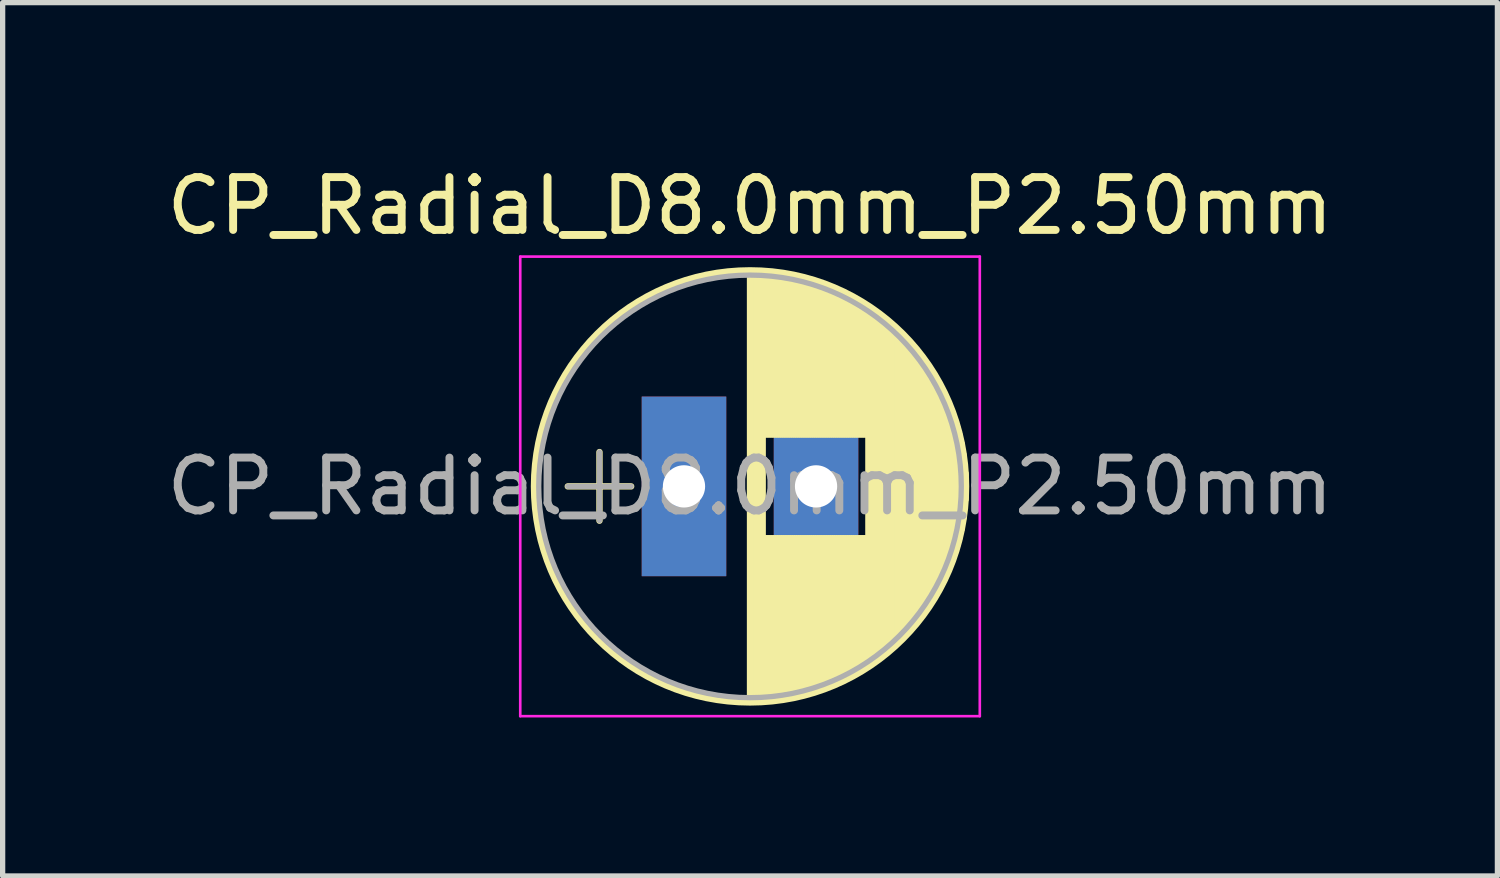
<source format=kicad_pcb>
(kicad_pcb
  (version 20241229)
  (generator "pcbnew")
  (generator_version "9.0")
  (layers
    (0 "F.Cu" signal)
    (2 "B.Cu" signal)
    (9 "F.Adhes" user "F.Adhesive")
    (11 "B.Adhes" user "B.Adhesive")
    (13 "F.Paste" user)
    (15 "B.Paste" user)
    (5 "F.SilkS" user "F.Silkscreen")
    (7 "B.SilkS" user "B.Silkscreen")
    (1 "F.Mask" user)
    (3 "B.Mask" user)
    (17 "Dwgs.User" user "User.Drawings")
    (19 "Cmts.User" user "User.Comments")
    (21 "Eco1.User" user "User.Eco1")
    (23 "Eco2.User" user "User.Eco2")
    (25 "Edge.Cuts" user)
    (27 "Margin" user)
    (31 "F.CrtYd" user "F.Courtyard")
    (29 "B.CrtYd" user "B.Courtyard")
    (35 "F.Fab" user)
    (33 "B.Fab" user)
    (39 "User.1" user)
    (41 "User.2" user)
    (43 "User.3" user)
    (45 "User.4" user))
  (footprint "CP_Radial_D8.0mm_P2.50mm"
    (layer "F.Cu")
    (at 9.899 6.158)
    (property "Reference" "CP_Radial_D8.0mm_P2.50mm" (at 1.25 -5.31 0) (layer "F.SilkS") (effects (font (size 1 1) (thickness 0.15))))
    (attr through_hole)
    (fp_line (start -2.2 0) (end -1 0) (stroke (width 0.12) (type solid)) (layer "F.SilkS"))
    (fp_line (start -1.6 -0.65) (end -1.6 0.65) (stroke (width 0.12) (type solid)) (layer "F.SilkS"))
    (fp_line (start 1.25 -4.05) (end 1.25 4.05) (stroke (width 0.12) (type solid)) (layer "F.SilkS"))
    (fp_line (start 1.29 -4.05) (end 1.29 4.05) (stroke (width 0.12) (type solid)) (layer "F.SilkS"))
    (fp_line (start 1.33 -4.05) (end 1.33 4.05) (stroke (width 0.12) (type solid)) (layer "F.SilkS"))
    (fp_line (start 1.37 -4.049) (end 1.37 4.049) (stroke (width 0.12) (type solid)) (layer "F.SilkS"))
    (fp_line (start 1.41 -4.047) (end 1.41 4.047) (stroke (width 0.12) (type solid)) (layer "F.SilkS"))
    (fp_line (start 1.45 -4.046) (end 1.45 4.046) (stroke (width 0.12) (type solid)) (layer "F.SilkS"))
    (fp_line (start 1.49 -4.043) (end 1.49 4.043) (stroke (width 0.12) (type solid)) (layer "F.SilkS"))
    (fp_line (start 1.53 -4.041) (end 1.53 -0.98) (stroke (width 0.12) (type solid)) (layer "F.SilkS"))
    (fp_line (start 1.53 0.98) (end 1.53 4.041) (stroke (width 0.12) (type solid)) (layer "F.SilkS"))
    (fp_line (start 1.57 -4.038) (end 1.57 -0.98) (stroke (width 0.12) (type solid)) (layer "F.SilkS"))
    (fp_line (start 1.57 0.98) (end 1.57 4.038) (stroke (width 0.12) (type solid)) (layer "F.SilkS"))
    (fp_line (start 1.61 -4.035) (end 1.61 -0.98) (stroke (width 0.12) (type solid)) (layer "F.SilkS"))
    (fp_line (start 1.61 0.98) (end 1.61 4.035) (stroke (width 0.12) (type solid)) (layer "F.SilkS"))
    (fp_line (start 1.65 -4.031) (end 1.65 -0.98) (stroke (width 0.12) (type solid)) (layer "F.SilkS"))
    (fp_line (start 1.65 0.98) (end 1.65 4.031) (stroke (width 0.12) (type solid)) (layer "F.SilkS"))
    (fp_line (start 1.69 -4.027) (end 1.69 -0.98) (stroke (width 0.12) (type solid)) (layer "F.SilkS"))
    (fp_line (start 1.69 0.98) (end 1.69 4.027) (stroke (width 0.12) (type solid)) (layer "F.SilkS"))
    (fp_line (start 1.73 -4.022) (end 1.73 -0.98) (stroke (width 0.12) (type solid)) (layer "F.SilkS"))
    (fp_line (start 1.73 0.98) (end 1.73 4.022) (stroke (width 0.12) (type solid)) (layer "F.SilkS"))
    (fp_line (start 1.77 -4.017) (end 1.77 -0.98) (stroke (width 0.12) (type solid)) (layer "F.SilkS"))
    (fp_line (start 1.77 0.98) (end 1.77 4.017) (stroke (width 0.12) (type solid)) (layer "F.SilkS"))
    (fp_line (start 1.81 -4.012) (end 1.81 -0.98) (stroke (width 0.12) (type solid)) (layer "F.SilkS"))
    (fp_line (start 1.81 0.98) (end 1.81 4.012) (stroke (width 0.12) (type solid)) (layer "F.SilkS"))
    (fp_line (start 1.85 -4.006) (end 1.85 -0.98) (stroke (width 0.12) (type solid)) (layer "F.SilkS"))
    (fp_line (start 1.85 0.98) (end 1.85 4.006) (stroke (width 0.12) (type solid)) (layer "F.SilkS"))
    (fp_line (start 1.89 -4) (end 1.89 -0.98) (stroke (width 0.12) (type solid)) (layer "F.SilkS"))
    (fp_line (start 1.89 0.98) (end 1.89 4) (stroke (width 0.12) (type solid)) (layer "F.SilkS"))
    (fp_line (start 1.93 -3.994) (end 1.93 -0.98) (stroke (width 0.12) (type solid)) (layer "F.SilkS"))
    (fp_line (start 1.93 0.98) (end 1.93 3.994) (stroke (width 0.12) (type solid)) (layer "F.SilkS"))
    (fp_line (start 1.971 -3.987) (end 1.971 -0.98) (stroke (width 0.12) (type solid)) (layer "F.SilkS"))
    (fp_line (start 1.971 0.98) (end 1.971 3.987) (stroke (width 0.12) (type solid)) (layer "F.SilkS"))
    (fp_line (start 2.011 -3.979) (end 2.011 -0.98) (stroke (width 0.12) (type solid)) (layer "F.SilkS"))
    (fp_line (start 2.011 0.98) (end 2.011 3.979) (stroke (width 0.12) (type solid)) (layer "F.SilkS"))
    (fp_line (start 2.051 -3.971) (end 2.051 -0.98) (stroke (width 0.12) (type solid)) (layer "F.SilkS"))
    (fp_line (start 2.051 0.98) (end 2.051 3.971) (stroke (width 0.12) (type solid)) (layer "F.SilkS"))
    (fp_line (start 2.091 -3.963) (end 2.091 -0.98) (stroke (width 0.12) (type solid)) (layer "F.SilkS"))
    (fp_line (start 2.091 0.98) (end 2.091 3.963) (stroke (width 0.12) (type solid)) (layer "F.SilkS"))
    (fp_line (start 2.131 -3.955) (end 2.131 -0.98) (stroke (width 0.12) (type solid)) (layer "F.SilkS"))
    (fp_line (start 2.131 0.98) (end 2.131 3.955) (stroke (width 0.12) (type solid)) (layer "F.SilkS"))
    (fp_line (start 2.171 -3.946) (end 2.171 -0.98) (stroke (width 0.12) (type solid)) (layer "F.SilkS"))
    (fp_line (start 2.171 0.98) (end 2.171 3.946) (stroke (width 0.12) (type solid)) (layer "F.SilkS"))
    (fp_line (start 2.211 -3.936) (end 2.211 -0.98) (stroke (width 0.12) (type solid)) (layer "F.SilkS"))
    (fp_line (start 2.211 0.98) (end 2.211 3.936) (stroke (width 0.12) (type solid)) (layer "F.SilkS"))
    (fp_line (start 2.251 -3.926) (end 2.251 -0.98) (stroke (width 0.12) (type solid)) (layer "F.SilkS"))
    (fp_line (start 2.251 0.98) (end 2.251 3.926) (stroke (width 0.12) (type solid)) (layer "F.SilkS"))
    (fp_line (start 2.291 -3.916) (end 2.291 -0.98) (stroke (width 0.12) (type solid)) (layer "F.SilkS"))
    (fp_line (start 2.291 0.98) (end 2.291 3.916) (stroke (width 0.12) (type solid)) (layer "F.SilkS"))
    (fp_line (start 2.331 -3.905) (end 2.331 -0.98) (stroke (width 0.12) (type solid)) (layer "F.SilkS"))
    (fp_line (start 2.331 0.98) (end 2.331 3.905) (stroke (width 0.12) (type solid)) (layer "F.SilkS"))
    (fp_line (start 2.371 -3.894) (end 2.371 -0.98) (stroke (width 0.12) (type solid)) (layer "F.SilkS"))
    (fp_line (start 2.371 0.98) (end 2.371 3.894) (stroke (width 0.12) (type solid)) (layer "F.SilkS"))
    (fp_line (start 2.411 -3.883) (end 2.411 -0.98) (stroke (width 0.12) (type solid)) (layer "F.SilkS"))
    (fp_line (start 2.411 0.98) (end 2.411 3.883) (stroke (width 0.12) (type solid)) (layer "F.SilkS"))
    (fp_line (start 2.451 -3.87) (end 2.451 -0.98) (stroke (width 0.12) (type solid)) (layer "F.SilkS"))
    (fp_line (start 2.451 0.98) (end 2.451 3.87) (stroke (width 0.12) (type solid)) (layer "F.SilkS"))
    (fp_line (start 2.491 -3.858) (end 2.491 -0.98) (stroke (width 0.12) (type solid)) (layer "F.SilkS"))
    (fp_line (start 2.491 0.98) (end 2.491 3.858) (stroke (width 0.12) (type solid)) (layer "F.SilkS"))
    (fp_line (start 2.531 -3.845) (end 2.531 -0.98) (stroke (width 0.12) (type solid)) (layer "F.SilkS"))
    (fp_line (start 2.531 0.98) (end 2.531 3.845) (stroke (width 0.12) (type solid)) (layer "F.SilkS"))
    (fp_line (start 2.571 -3.832) (end 2.571 -0.98) (stroke (width 0.12) (type solid)) (layer "F.SilkS"))
    (fp_line (start 2.571 0.98) (end 2.571 3.832) (stroke (width 0.12) (type solid)) (layer "F.SilkS"))
    (fp_line (start 2.611 -3.818) (end 2.611 -0.98) (stroke (width 0.12) (type solid)) (layer "F.SilkS"))
    (fp_line (start 2.611 0.98) (end 2.611 3.818) (stroke (width 0.12) (type solid)) (layer "F.SilkS"))
    (fp_line (start 2.651 -3.803) (end 2.651 -0.98) (stroke (width 0.12) (type solid)) (layer "F.SilkS"))
    (fp_line (start 2.651 0.98) (end 2.651 3.803) (stroke (width 0.12) (type solid)) (layer "F.SilkS"))
    (fp_line (start 2.691 -3.789) (end 2.691 -0.98) (stroke (width 0.12) (type solid)) (layer "F.SilkS"))
    (fp_line (start 2.691 0.98) (end 2.691 3.789) (stroke (width 0.12) (type solid)) (layer "F.SilkS"))
    (fp_line (start 2.731 -3.773) (end 2.731 -0.98) (stroke (width 0.12) (type solid)) (layer "F.SilkS"))
    (fp_line (start 2.731 0.98) (end 2.731 3.773) (stroke (width 0.12) (type solid)) (layer "F.SilkS"))
    (fp_line (start 2.771 -3.758) (end 2.771 -0.98) (stroke (width 0.12) (type solid)) (layer "F.SilkS"))
    (fp_line (start 2.771 0.98) (end 2.771 3.758) (stroke (width 0.12) (type solid)) (layer "F.SilkS"))
    (fp_line (start 2.811 -3.741) (end 2.811 -0.98) (stroke (width 0.12) (type solid)) (layer "F.SilkS"))
    (fp_line (start 2.811 0.98) (end 2.811 3.741) (stroke (width 0.12) (type solid)) (layer "F.SilkS"))
    (fp_line (start 2.851 -3.725) (end 2.851 -0.98) (stroke (width 0.12) (type solid)) (layer "F.SilkS"))
    (fp_line (start 2.851 0.98) (end 2.851 3.725) (stroke (width 0.12) (type solid)) (layer "F.SilkS"))
    (fp_line (start 2.891 -3.707) (end 2.891 -0.98) (stroke (width 0.12) (type solid)) (layer "F.SilkS"))
    (fp_line (start 2.891 0.98) (end 2.891 3.707) (stroke (width 0.12) (type solid)) (layer "F.SilkS"))
    (fp_line (start 2.931 -3.69) (end 2.931 -0.98) (stroke (width 0.12) (type solid)) (layer "F.SilkS"))
    (fp_line (start 2.931 0.98) (end 2.931 3.69) (stroke (width 0.12) (type solid)) (layer "F.SilkS"))
    (fp_line (start 2.971 -3.671) (end 2.971 -0.98) (stroke (width 0.12) (type solid)) (layer "F.SilkS"))
    (fp_line (start 2.971 0.98) (end 2.971 3.671) (stroke (width 0.12) (type solid)) (layer "F.SilkS"))
    (fp_line (start 3.011 -3.652) (end 3.011 -0.98) (stroke (width 0.12) (type solid)) (layer "F.SilkS"))
    (fp_line (start 3.011 0.98) (end 3.011 3.652) (stroke (width 0.12) (type solid)) (layer "F.SilkS"))
    (fp_line (start 3.051 -3.633) (end 3.051 -0.98) (stroke (width 0.12) (type solid)) (layer "F.SilkS"))
    (fp_line (start 3.051 0.98) (end 3.051 3.633) (stroke (width 0.12) (type solid)) (layer "F.SilkS"))
    (fp_line (start 3.091 -3.613) (end 3.091 -0.98) (stroke (width 0.12) (type solid)) (layer "F.SilkS"))
    (fp_line (start 3.091 0.98) (end 3.091 3.613) (stroke (width 0.12) (type solid)) (layer "F.SilkS"))
    (fp_line (start 3.131 -3.593) (end 3.131 -0.98) (stroke (width 0.12) (type solid)) (layer "F.SilkS"))
    (fp_line (start 3.131 0.98) (end 3.131 3.593) (stroke (width 0.12) (type solid)) (layer "F.SilkS"))
    (fp_line (start 3.171 -3.572) (end 3.171 -0.98) (stroke (width 0.12) (type solid)) (layer "F.SilkS"))
    (fp_line (start 3.171 0.98) (end 3.171 3.572) (stroke (width 0.12) (type solid)) (layer "F.SilkS"))
    (fp_line (start 3.211 -3.55) (end 3.211 -0.98) (stroke (width 0.12) (type solid)) (layer "F.SilkS"))
    (fp_line (start 3.211 0.98) (end 3.211 3.55) (stroke (width 0.12) (type solid)) (layer "F.SilkS"))
    (fp_line (start 3.251 -3.528) (end 3.251 -0.98) (stroke (width 0.12) (type solid)) (layer "F.SilkS"))
    (fp_line (start 3.251 0.98) (end 3.251 3.528) (stroke (width 0.12) (type solid)) (layer "F.SilkS"))
    (fp_line (start 3.291 -3.505) (end 3.291 -0.98) (stroke (width 0.12) (type solid)) (layer "F.SilkS"))
    (fp_line (start 3.291 0.98) (end 3.291 3.505) (stroke (width 0.12) (type solid)) (layer "F.SilkS"))
    (fp_line (start 3.331 -3.482) (end 3.331 -0.98) (stroke (width 0.12) (type solid)) (layer "F.SilkS"))
    (fp_line (start 3.331 0.98) (end 3.331 3.482) (stroke (width 0.12) (type solid)) (layer "F.SilkS"))
    (fp_line (start 3.371 -3.458) (end 3.371 -0.98) (stroke (width 0.12) (type solid)) (layer "F.SilkS"))
    (fp_line (start 3.371 0.98) (end 3.371 3.458) (stroke (width 0.12) (type solid)) (layer "F.SilkS"))
    (fp_line (start 3.411 -3.434) (end 3.411 -0.98) (stroke (width 0.12) (type solid)) (layer "F.SilkS"))
    (fp_line (start 3.411 0.98) (end 3.411 3.434) (stroke (width 0.12) (type solid)) (layer "F.SilkS"))
    (fp_line (start 3.451 -3.408) (end 3.451 -0.98) (stroke (width 0.12) (type solid)) (layer "F.SilkS"))
    (fp_line (start 3.451 0.98) (end 3.451 3.408) (stroke (width 0.12) (type solid)) (layer "F.SilkS"))
    (fp_line (start 3.491 -3.383) (end 3.491 3.383) (stroke (width 0.12) (type solid)) (layer "F.SilkS"))
    (fp_line (start 3.531 -3.356) (end 3.531 3.356) (stroke (width 0.12) (type solid)) (layer "F.SilkS"))
    (fp_line (start 3.571 -3.329) (end 3.571 3.329) (stroke (width 0.12) (type solid)) (layer "F.SilkS"))
    (fp_line (start 3.611 -3.301) (end 3.611 3.301) (stroke (width 0.12) (type solid)) (layer "F.SilkS"))
    (fp_line (start 3.651 -3.272) (end 3.651 3.272) (stroke (width 0.12) (type solid)) (layer "F.SilkS"))
    (fp_line (start 3.691 -3.243) (end 3.691 3.243) (stroke (width 0.12) (type solid)) (layer "F.SilkS"))
    (fp_line (start 3.731 -3.213) (end 3.731 3.213) (stroke (width 0.12) (type solid)) (layer "F.SilkS"))
    (fp_line (start 3.771 -3.182) (end 3.771 3.182) (stroke (width 0.12) (type solid)) (layer "F.SilkS"))
    (fp_line (start 3.811 -3.15) (end 3.811 3.15) (stroke (width 0.12) (type solid)) (layer "F.SilkS"))
    (fp_line (start 3.851 -3.118) (end 3.851 3.118) (stroke (width 0.12) (type solid)) (layer "F.SilkS"))
    (fp_line (start 3.891 -3.084) (end 3.891 3.084) (stroke (width 0.12) (type solid)) (layer "F.SilkS"))
    (fp_line (start 3.931 -3.05) (end 3.931 3.05) (stroke (width 0.12) (type solid)) (layer "F.SilkS"))
    (fp_line (start 3.971 -3.015) (end 3.971 3.015) (stroke (width 0.12) (type solid)) (layer "F.SilkS"))
    (fp_line (start 4.011 -2.979) (end 4.011 2.979) (stroke (width 0.12) (type solid)) (layer "F.SilkS"))
    (fp_line (start 4.051 -2.942) (end 4.051 2.942) (stroke (width 0.12) (type solid)) (layer "F.SilkS"))
    (fp_line (start 4.091 -2.904) (end 4.091 2.904) (stroke (width 0.12) (type solid)) (layer "F.SilkS"))
    (fp_line (start 4.131 -2.865) (end 4.131 2.865) (stroke (width 0.12) (type solid)) (layer "F.SilkS"))
    (fp_line (start 4.171 -2.824) (end 4.171 2.824) (stroke (width 0.12) (type solid)) (layer "F.SilkS"))
    (fp_line (start 4.211 -2.783) (end 4.211 2.783) (stroke (width 0.12) (type solid)) (layer "F.SilkS"))
    (fp_line (start 4.251 -2.74) (end 4.251 2.74) (stroke (width 0.12) (type solid)) (layer "F.SilkS"))
    (fp_line (start 4.291 -2.697) (end 4.291 2.697) (stroke (width 0.12) (type solid)) (layer "F.SilkS"))
    (fp_line (start 4.331 -2.652) (end 4.331 2.652) (stroke (width 0.12) (type solid)) (layer "F.SilkS"))
    (fp_line (start 4.371 -2.605) (end 4.371 2.605) (stroke (width 0.12) (type solid)) (layer "F.SilkS"))
    (fp_line (start 4.411 -2.557) (end 4.411 2.557) (stroke (width 0.12) (type solid)) (layer "F.SilkS"))
    (fp_line (start 4.451 -2.508) (end 4.451 2.508) (stroke (width 0.12) (type solid)) (layer "F.SilkS"))
    (fp_line (start 4.491 -2.457) (end 4.491 2.457) (stroke (width 0.12) (type solid)) (layer "F.SilkS"))
    (fp_line (start 4.531 -2.404) (end 4.531 2.404) (stroke (width 0.12) (type solid)) (layer "F.SilkS"))
    (fp_line (start 4.571 -2.349) (end 4.571 2.349) (stroke (width 0.12) (type solid)) (layer "F.SilkS"))
    (fp_line (start 4.611 -2.293) (end 4.611 2.293) (stroke (width 0.12) (type solid)) (layer "F.SilkS"))
    (fp_line (start 4.651 -2.234) (end 4.651 2.234) (stroke (width 0.12) (type solid)) (layer "F.SilkS"))
    (fp_line (start 4.691 -2.173) (end 4.691 2.173) (stroke (width 0.12) (type solid)) (layer "F.SilkS"))
    (fp_line (start 4.731 -2.109) (end 4.731 2.109) (stroke (width 0.12) (type solid)) (layer "F.SilkS"))
    (fp_line (start 4.771 -2.043) (end 4.771 2.043) (stroke (width 0.12) (type solid)) (layer "F.SilkS"))
    (fp_line (start 4.811 -1.974) (end 4.811 1.974) (stroke (width 0.12) (type solid)) (layer "F.SilkS"))
    (fp_line (start 4.851 -1.902) (end 4.851 1.902) (stroke (width 0.12) (type solid)) (layer "F.SilkS"))
    (fp_line (start 4.891 -1.826) (end 4.891 1.826) (stroke (width 0.12) (type solid)) (layer "F.SilkS"))
    (fp_line (start 4.931 -1.745) (end 4.931 1.745) (stroke (width 0.12) (type solid)) (layer "F.SilkS"))
    (fp_line (start 4.971 -1.66) (end 4.971 1.66) (stroke (width 0.12) (type solid)) (layer "F.SilkS"))
    (fp_line (start 5.011 -1.57) (end 5.011 1.57) (stroke (width 0.12) (type solid)) (layer "F.SilkS"))
    (fp_line (start 5.051 -1.473) (end 5.051 1.473) (stroke (width 0.12) (type solid)) (layer "F.SilkS"))
    (fp_line (start 5.091 -1.369) (end 5.091 1.369) (stroke (width 0.12) (type solid)) (layer "F.SilkS"))
    (fp_line (start 5.131 -1.254) (end 5.131 1.254) (stroke (width 0.12) (type solid)) (layer "F.SilkS"))
    (fp_line (start 5.171 -1.127) (end 5.171 1.127) (stroke (width 0.12) (type solid)) (layer "F.SilkS"))
    (fp_line (start 5.211 -0.983) (end 5.211 0.983) (stroke (width 0.12) (type solid)) (layer "F.SilkS"))
    (fp_line (start 5.251 -0.814) (end 5.251 0.814) (stroke (width 0.12) (type solid)) (layer "F.SilkS"))
    (fp_line (start 5.291 -0.598) (end 5.291 0.598) (stroke (width 0.12) (type solid)) (layer "F.SilkS"))
    (fp_line (start 5.331 -0.246) (end 5.331 0.246) (stroke (width 0.12) (type solid)) (layer "F.SilkS"))
    (fp_circle (center 1.25 0) (end 5.34 0) (stroke (width 0.12) (type solid)) (fill no) (layer "F.SilkS"))
    (fp_line (start -3.1 -4.35) (end -3.1 4.35) (stroke (width 0.05) (type solid)) (layer "F.CrtYd"))
    (fp_line (start -3.1 4.35) (end 5.6 4.35) (stroke (width 0.05) (type solid)) (layer "F.CrtYd"))
    (fp_line (start 5.6 -4.35) (end -3.1 -4.35) (stroke (width 0.05) (type solid)) (layer "F.CrtYd"))
    (fp_line (start 5.6 4.35) (end 5.6 -4.35) (stroke (width 0.05) (type solid)) (layer "F.CrtYd"))
    (fp_line (start -2.2 0) (end -1 0) (stroke (width 0.1) (type solid)) (layer "F.Fab"))
    (fp_line (start -1.6 -0.65) (end -1.6 0.65) (stroke (width 0.1) (type solid)) (layer "F.Fab"))
    (fp_circle (center 1.25 0) (end 5.25 0) (stroke (width 0.1) (type solid)) (fill no) (layer "F.Fab"))
    (fp_text user "${REFERENCE}" (at 1.25 0 0) (layer "F.Fab") (effects (font (size 1 1) (thickness 0.15))))
    (pad "1" thru_hole rect (at 0 0) (size 1.6 3.4) (drill 0.8) (layers "*.Cu" "*.Mask"))
    (pad "2" thru_hole oval (at 2.5 0) (size 1.6 3.4) (drill 0.8) (layers "*.Cu" "*.Mask")))
  (gr_rect
    (start -3 -3)
    (end 25.298 13.533)
    (stroke (width 0.1) (type default))
    (fill no)
    (layer "Edge.Cuts")))
</source>
